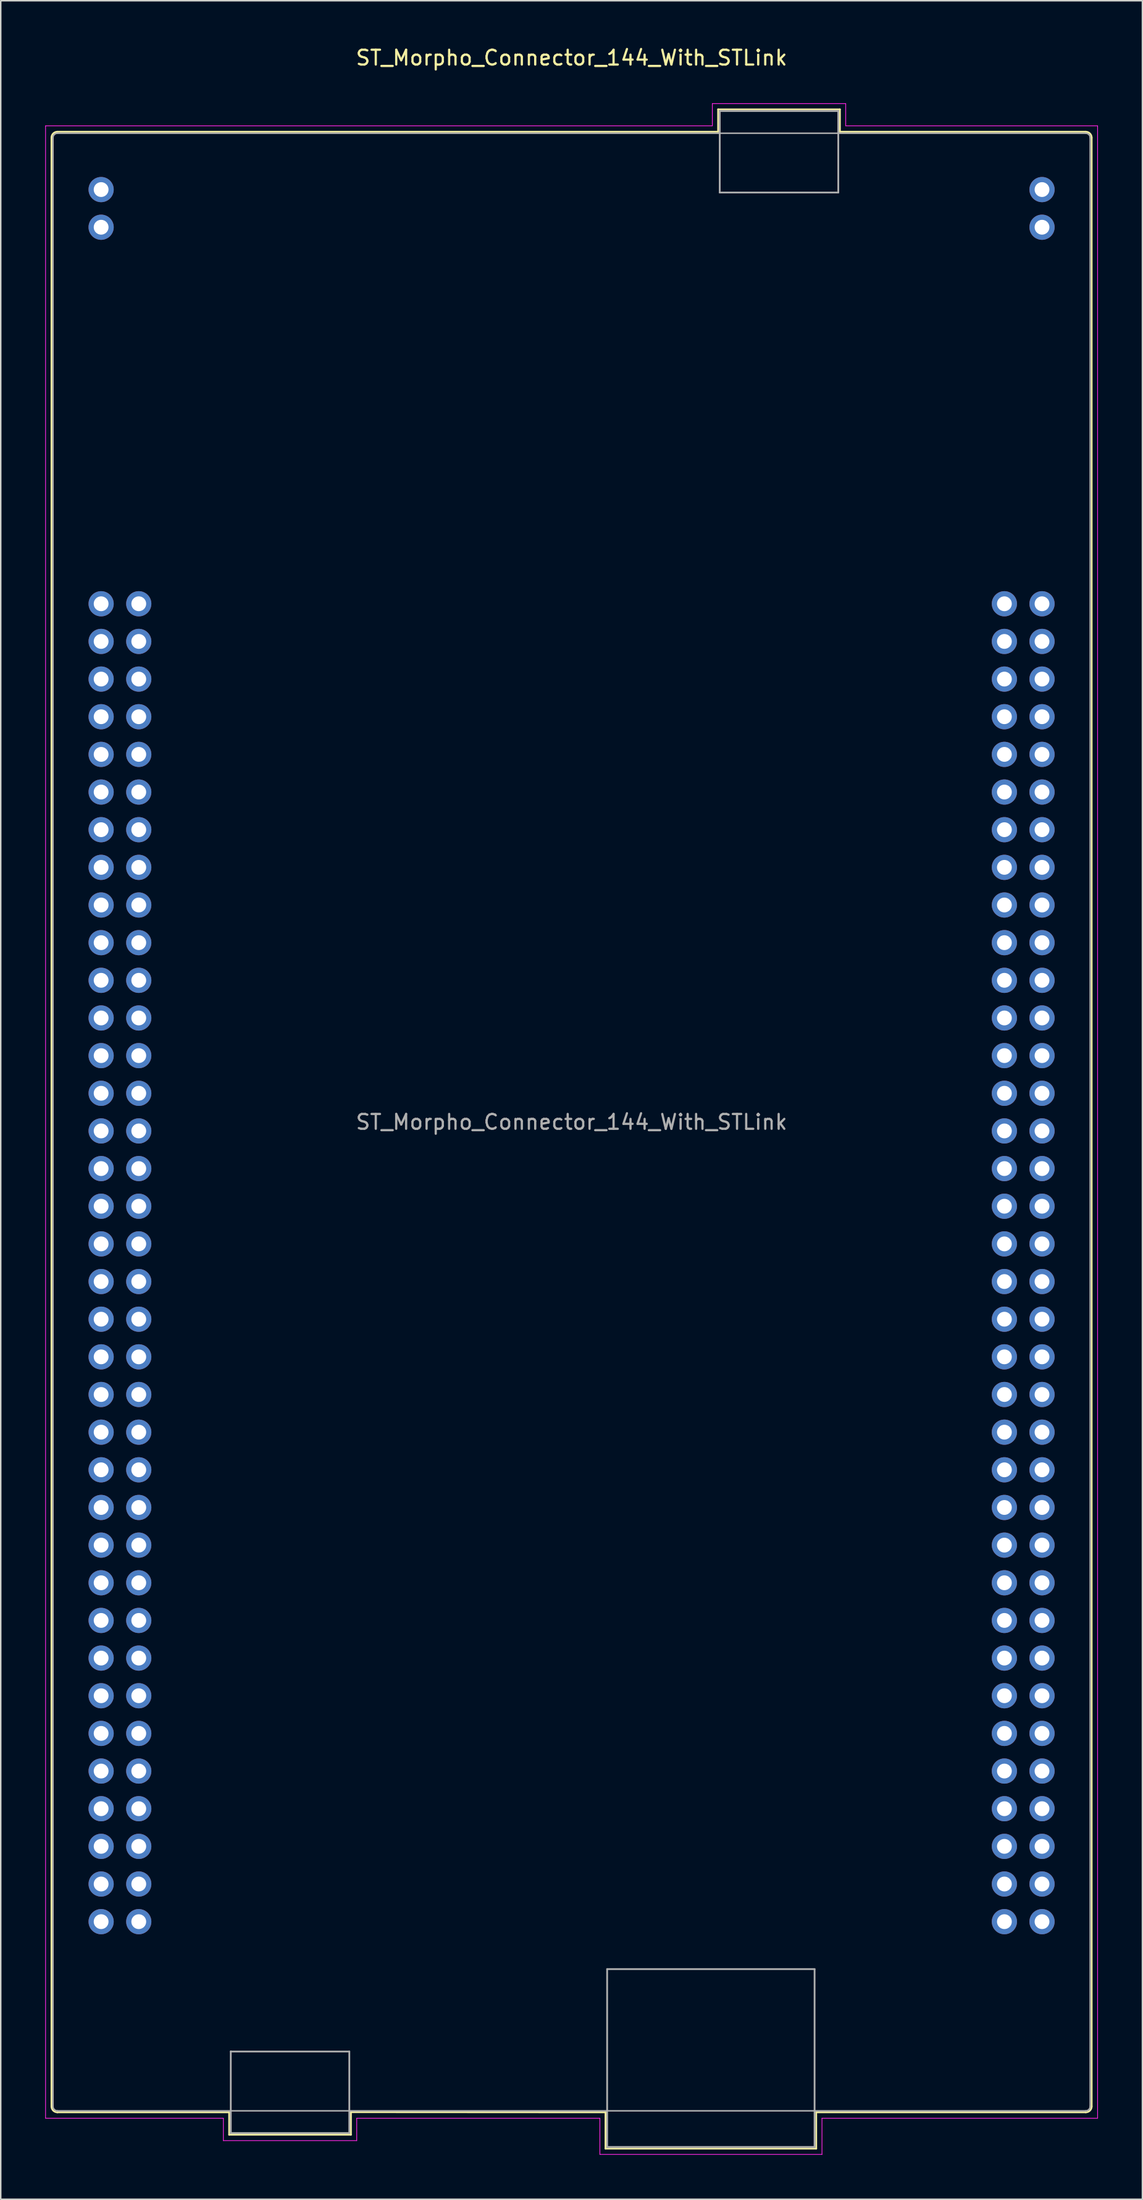
<source format=kicad_pcb>
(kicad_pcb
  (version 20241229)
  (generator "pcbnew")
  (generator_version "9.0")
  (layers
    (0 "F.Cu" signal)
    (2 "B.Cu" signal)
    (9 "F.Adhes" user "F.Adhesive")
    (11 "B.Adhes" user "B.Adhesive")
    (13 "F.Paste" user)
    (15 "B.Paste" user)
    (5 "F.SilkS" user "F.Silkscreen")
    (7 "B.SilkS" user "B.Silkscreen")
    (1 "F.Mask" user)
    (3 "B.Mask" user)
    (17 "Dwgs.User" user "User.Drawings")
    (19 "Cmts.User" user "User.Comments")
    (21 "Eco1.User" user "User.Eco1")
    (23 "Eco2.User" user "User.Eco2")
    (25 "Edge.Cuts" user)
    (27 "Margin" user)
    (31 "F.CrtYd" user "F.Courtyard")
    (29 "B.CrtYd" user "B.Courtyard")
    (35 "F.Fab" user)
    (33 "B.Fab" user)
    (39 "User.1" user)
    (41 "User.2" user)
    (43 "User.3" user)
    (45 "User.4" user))
  (footprint "ST_Morpho_Connector_144_With_STLink"
    (layer "F.Cu")
    (at 3.775 37.678)
    (property "Reference" "ST_Morpho_Connector_144_With_STLink" (at 31.75 -36.83 0) (layer "F.SilkS") (effects (font (size 1 1) (thickness 0.15))))
    (attr through_hole)
    (fp_line (start -3.35 -31.44) (end -3.35 101.36) (stroke (width 0.12) (type solid)) (layer "F.SilkS"))
    (fp_line (start 8.64 101.76) (end -2.95 101.76) (stroke (width 0.12) (type solid)) (layer "F.SilkS"))
    (fp_line (start 8.64 101.76) (end 8.64 103.27) (stroke (width 0.12) (type solid)) (layer "F.SilkS"))
    (fp_line (start 8.64 103.27) (end 16.86 103.27) (stroke (width 0.12) (type solid)) (layer "F.SilkS"))
    (fp_line (start 16.86 103.27) (end 16.86 101.75) (stroke (width 0.12) (type solid)) (layer "F.SilkS"))
    (fp_line (start 34.04 101.76) (end 16.86 101.75) (stroke (width 0.12) (type solid)) (layer "F.SilkS"))
    (fp_line (start 34.04 104.21) (end 34.04 101.76) (stroke (width 0.12) (type solid)) (layer "F.SilkS"))
    (fp_line (start 41.64 -33.35) (end 49.86 -33.35) (stroke (width 0.12) (type solid)) (layer "F.SilkS"))
    (fp_line (start 41.64 -31.84) (end -2.95 -31.84) (stroke (width 0.12) (type solid)) (layer "F.SilkS"))
    (fp_line (start 41.64 -31.84) (end 41.64 -33.35) (stroke (width 0.12) (type solid)) (layer "F.SilkS"))
    (fp_line (start 48.26 101.76) (end 48.26 104.21) (stroke (width 0.12) (type solid)) (layer "F.SilkS"))
    (fp_line (start 48.26 101.76) (end 66.45 101.76) (stroke (width 0.12) (type solid)) (layer "F.SilkS"))
    (fp_line (start 48.26 104.21) (end 34.04 104.21) (stroke (width 0.12) (type solid)) (layer "F.SilkS"))
    (fp_line (start 49.86 -33.35) (end 49.86 -31.84) (stroke (width 0.12) (type solid)) (layer "F.SilkS"))
    (fp_line (start 49.86 -31.84) (end 66.45 -31.84) (stroke (width 0.12) (type solid)) (layer "F.SilkS"))
    (fp_line (start 66.85 101.36) (end 66.85 -31.44) (stroke (width 0.12) (type solid)) (layer "F.SilkS"))
    (fp_arc (start -3.35 -31.44) (mid -3.232843 -31.722843) (end -2.95 -31.84) (stroke (width 0.12) (type solid)) (layer "F.SilkS"))
    (fp_arc (start -2.95 101.76) (mid -3.232843 101.642843) (end -3.35 101.36) (stroke (width 0.12) (type solid)) (layer "F.SilkS"))
    (fp_arc (start 66.45 -31.84) (mid 66.732843 -31.722843) (end 66.85 -31.44) (stroke (width 0.12) (type solid)) (layer "F.SilkS"))
    (fp_arc (start 66.85 101.36) (mid 66.732843 101.642843) (end 66.45 101.76) (stroke (width 0.12) (type solid)) (layer "F.SilkS"))
    (fp_line (start -3.75 -32.24) (end -3.75 102.16) (stroke (width 0.05) (type solid)) (layer "F.CrtYd"))
    (fp_line (start -3.75 102.16) (end 8.25 102.16) (stroke (width 0.05) (type solid)) (layer "F.CrtYd"))
    (fp_line (start 8.25 102.16) (end 8.25 103.67) (stroke (width 0.05) (type solid)) (layer "F.CrtYd"))
    (fp_line (start 8.25 103.67) (end 17.25 103.67) (stroke (width 0.05) (type solid)) (layer "F.CrtYd"))
    (fp_line (start 17.25 102.16) (end 17.25 103.67) (stroke (width 0.05) (type solid)) (layer "F.CrtYd"))
    (fp_line (start 17.25 102.16) (end 33.66 102.16) (stroke (width 0.05) (type solid)) (layer "F.CrtYd"))
    (fp_line (start 33.66 104.6) (end 33.66 102.16) (stroke (width 0.05) (type solid)) (layer "F.CrtYd"))
    (fp_line (start 33.66 104.6) (end 48.65 104.6) (stroke (width 0.05) (type solid)) (layer "F.CrtYd"))
    (fp_line (start 41.25 -33.74) (end 50.25 -33.74) (stroke (width 0.05) (type solid)) (layer "F.CrtYd"))
    (fp_line (start 41.25 -32.24) (end -3.75 -32.24) (stroke (width 0.05) (type solid)) (layer "F.CrtYd"))
    (fp_line (start 41.25 -32.24) (end 41.25 -33.74) (stroke (width 0.05) (type solid)) (layer "F.CrtYd"))
    (fp_line (start 48.65 102.16) (end 48.65 104.6) (stroke (width 0.05) (type solid)) (layer "F.CrtYd"))
    (fp_line (start 50.25 -32.24) (end 50.25 -33.74) (stroke (width 0.05) (type solid)) (layer "F.CrtYd"))
    (fp_line (start 50.25 -32.24) (end 67.25 -32.24) (stroke (width 0.05) (type solid)) (layer "F.CrtYd"))
    (fp_line (start 67.25 102.16) (end 48.65 102.16) (stroke (width 0.05) (type solid)) (layer "F.CrtYd"))
    (fp_line (start 67.25 102.16) (end 67.25 -32.24) (stroke (width 0.05) (type solid)) (layer "F.CrtYd"))
    (fp_line (start -3.25 101.36) (end -3.25 -31.44) (stroke (width 0.1) (type solid)) (layer "F.Fab"))
    (fp_line (start 8.75 97.66) (end 16.75 97.66) (stroke (width 0.12) (type solid)) (layer "F.Fab"))
    (fp_line (start 8.75 103.16) (end 8.75 97.65) (stroke (width 0.12) (type solid)) (layer "F.Fab"))
    (fp_line (start 8.75 103.16) (end 16.75 103.16) (stroke (width 0.12) (type solid)) (layer "F.Fab"))
    (fp_line (start 16.75 97.66) (end 16.75 103.16) (stroke (width 0.12) (type solid)) (layer "F.Fab"))
    (fp_line (start 34.15 92.1) (end 48.15 92.1) (stroke (width 0.12) (type solid)) (layer "F.Fab"))
    (fp_line (start 34.15 104.1) (end 34.15 92.1) (stroke (width 0.12) (type solid)) (layer "F.Fab"))
    (fp_line (start 34.15 104.1) (end 48.15 104.1) (stroke (width 0.12) (type solid)) (layer "F.Fab"))
    (fp_line (start 41.75 -33.24) (end 49.75 -33.24) (stroke (width 0.12) (type solid)) (layer "F.Fab"))
    (fp_line (start 41.75 -27.74) (end 41.75 -33.24) (stroke (width 0.12) (type solid)) (layer "F.Fab"))
    (fp_line (start 41.75 -27.74) (end 49.75 -27.74) (stroke (width 0.12) (type solid)) (layer "F.Fab"))
    (fp_line (start 48.15 104.1) (end 48.15 92.1) (stroke (width 0.12) (type solid)) (layer "F.Fab"))
    (fp_line (start 49.75 -33.24) (end 49.75 -27.74) (stroke (width 0.12) (type solid)) (layer "F.Fab"))
    (fp_line (start 66.45 -31.74) (end -2.95 -31.74) (stroke (width 0.1) (type solid)) (layer "F.Fab"))
    (fp_line (start 66.45 101.66) (end -2.95 101.66) (stroke (width 0.1) (type solid)) (layer "F.Fab"))
    (fp_line (start 66.75 101.36) (end 66.75 -31.44) (stroke (width 0.1) (type solid)) (layer "F.Fab"))
    (fp_arc (start -3.25 -31.44) (mid -3.162132 -31.652132) (end -2.95 -31.74) (stroke (width 0.1) (type solid)) (layer "F.Fab"))
    (fp_arc (start -2.95 101.66) (mid -3.162132 101.572132) (end -3.25 101.36) (stroke (width 0.1) (type solid)) (layer "F.Fab"))
    (fp_arc (start 66.45 -31.74) (mid 66.662132 -31.652132) (end 66.75 -31.44) (stroke (width 0.1) (type solid)) (layer "F.Fab"))
    (fp_arc (start 66.75 101.36) (mid 66.662132 101.572132) (end 66.45 101.66) (stroke (width 0.1) (type solid)) (layer "F.Fab"))
    (fp_text user "${REFERENCE}" (at 31.75 34.96 0) (layer "F.Fab") (effects (font (size 1 1) (thickness 0.15))))
    (pad "1" thru_hole circle (at 0 0) (size 1.7 1.7) (drill 1) (layers "*.Cu" "*.Mask"))
    (pad "2" thru_hole circle (at 2.54 0) (size 1.7 1.7) (drill 1) (layers "*.Cu" "*.Mask"))
    (pad "3" thru_hole circle (at 0 2.54) (size 1.7 1.7) (drill 1) (layers "*.Cu" "*.Mask"))
    (pad "4" thru_hole circle (at 2.54 2.54) (size 1.7 1.7) (drill 1) (layers "*.Cu" "*.Mask"))
    (pad "5" thru_hole circle (at 0 5.08) (size 1.7 1.7) (drill 1) (layers "*.Cu" "*.Mask"))
    (pad "6" thru_hole circle (at 2.54 5.08) (size 1.7 1.7) (drill 1) (layers "*.Cu" "*.Mask"))
    (pad "7" thru_hole circle (at 0 7.62) (size 1.7 1.7) (drill 1) (layers "*.Cu" "*.Mask"))
    (pad "8" thru_hole circle (at 2.54 7.62) (size 1.7 1.7) (drill 1) (layers "*.Cu" "*.Mask"))
    (pad "9" thru_hole circle (at 0 10.16) (size 1.7 1.7) (drill 1) (layers "*.Cu" "*.Mask"))
    (pad "10" thru_hole circle (at 2.54 10.16) (size 1.7 1.7) (drill 1) (layers "*.Cu" "*.Mask"))
    (pad "11" thru_hole circle (at 0 12.7) (size 1.7 1.7) (drill 1) (layers "*.Cu" "*.Mask"))
    (pad "12" thru_hole circle (at 2.54 12.7) (size 1.7 1.7) (drill 1) (layers "*.Cu" "*.Mask"))
    (pad "13" thru_hole circle (at 0 15.24) (size 1.7 1.7) (drill 1) (layers "*.Cu" "*.Mask"))
    (pad "14" thru_hole circle (at 2.54 15.24) (size 1.7 1.7) (drill 1) (layers "*.Cu" "*.Mask"))
    (pad "15" thru_hole circle (at 0 17.78) (size 1.7 1.7) (drill 1) (layers "*.Cu" "*.Mask"))
    (pad "16" thru_hole circle (at 2.54 17.78) (size 1.7 1.7) (drill 1) (layers "*.Cu" "*.Mask"))
    (pad "17" thru_hole circle (at 0 20.32) (size 1.7 1.7) (drill 1) (layers "*.Cu" "*.Mask"))
    (pad "18" thru_hole circle (at 2.54 20.32) (size 1.7 1.7) (drill 1) (layers "*.Cu" "*.Mask"))
    (pad "19" thru_hole circle (at 0 22.86) (size 1.7 1.7) (drill 1) (layers "*.Cu" "*.Mask"))
    (pad "20" thru_hole circle (at 2.54 22.86) (size 1.7 1.7) (drill 1) (layers "*.Cu" "*.Mask"))
    (pad "21" thru_hole circle (at 0 25.4) (size 1.7 1.7) (drill 1) (layers "*.Cu" "*.Mask"))
    (pad "22" thru_hole circle (at 2.54 25.4) (size 1.7 1.7) (drill 1) (layers "*.Cu" "*.Mask"))
    (pad "23" thru_hole circle (at 0 27.94) (size 1.7 1.7) (drill 1) (layers "*.Cu" "*.Mask"))
    (pad "24" thru_hole circle (at 2.54 27.94) (size 1.7 1.7) (drill 1) (layers "*.Cu" "*.Mask"))
    (pad "25" thru_hole circle (at 0 30.48) (size 1.7 1.7) (drill 1) (layers "*.Cu" "*.Mask"))
    (pad "26" thru_hole circle (at 2.54 30.48) (size 1.7 1.7) (drill 1) (layers "*.Cu" "*.Mask"))
    (pad "27" thru_hole circle (at 0 33.02) (size 1.7 1.7) (drill 1) (layers "*.Cu" "*.Mask"))
    (pad "28" thru_hole circle (at 2.54 33.02) (size 1.7 1.7) (drill 1) (layers "*.Cu" "*.Mask"))
    (pad "29" thru_hole circle (at 0 35.56) (size 1.7 1.7) (drill 1) (layers "*.Cu" "*.Mask"))
    (pad "30" thru_hole circle (at 2.54 35.56) (size 1.7 1.7) (drill 1) (layers "*.Cu" "*.Mask"))
    (pad "31" thru_hole circle (at 0 38.1) (size 1.7 1.7) (drill 1) (layers "*.Cu" "*.Mask"))
    (pad "32" thru_hole circle (at 2.54 38.1) (size 1.7 1.7) (drill 1) (layers "*.Cu" "*.Mask"))
    (pad "33" thru_hole circle (at 0 40.64) (size 1.7 1.7) (drill 1) (layers "*.Cu" "*.Mask"))
    (pad "34" thru_hole circle (at 2.54 40.64) (size 1.7 1.7) (drill 1) (layers "*.Cu" "*.Mask"))
    (pad "35" thru_hole circle (at 0 43.18) (size 1.7 1.7) (drill 1) (layers "*.Cu" "*.Mask"))
    (pad "36" thru_hole circle (at 2.54 43.18) (size 1.7 1.7) (drill 1) (layers "*.Cu" "*.Mask"))
    (pad "37" thru_hole circle (at 0 45.72) (size 1.7 1.7) (drill 1) (layers "*.Cu" "*.Mask"))
    (pad "38" thru_hole circle (at 2.54 45.72) (size 1.7 1.7) (drill 1) (layers "*.Cu" "*.Mask"))
    (pad "39" thru_hole circle (at 0 48.26) (size 1.7 1.7) (drill 1) (layers "*.Cu" "*.Mask"))
    (pad "40" thru_hole circle (at 2.54 48.26) (size 1.7 1.7) (drill 1) (layers "*.Cu" "*.Mask"))
    (pad "41" thru_hole circle (at 0 50.8) (size 1.7 1.7) (drill 1) (layers "*.Cu" "*.Mask"))
    (pad "42" thru_hole circle (at 2.54 50.8) (size 1.7 1.7) (drill 1) (layers "*.Cu" "*.Mask"))
    (pad "43" thru_hole circle (at 0 53.34) (size 1.7 1.7) (drill 1) (layers "*.Cu" "*.Mask"))
    (pad "44" thru_hole circle (at 2.54 53.34) (size 1.7 1.7) (drill 1) (layers "*.Cu" "*.Mask"))
    (pad "45" thru_hole circle (at 0 55.88) (size 1.7 1.7) (drill 1) (layers "*.Cu" "*.Mask"))
    (pad "46" thru_hole circle (at 2.54 55.88) (size 1.7 1.7) (drill 1) (layers "*.Cu" "*.Mask"))
    (pad "47" thru_hole circle (at 0 58.42) (size 1.7 1.7) (drill 1) (layers "*.Cu" "*.Mask"))
    (pad "48" thru_hole circle (at 2.54 58.42) (size 1.7 1.7) (drill 1) (layers "*.Cu" "*.Mask"))
    (pad "49" thru_hole circle (at 0 60.96) (size 1.7 1.7) (drill 1) (layers "*.Cu" "*.Mask"))
    (pad "50" thru_hole circle (at 2.54 60.96) (size 1.7 1.7) (drill 1) (layers "*.Cu" "*.Mask"))
    (pad "51" thru_hole circle (at 0 63.5) (size 1.7 1.7) (drill 1) (layers "*.Cu" "*.Mask"))
    (pad "52" thru_hole circle (at 2.54 63.5) (size 1.7 1.7) (drill 1) (layers "*.Cu" "*.Mask"))
    (pad "53" thru_hole circle (at 0 66.04) (size 1.7 1.7) (drill 1) (layers "*.Cu" "*.Mask"))
    (pad "54" thru_hole circle (at 2.54 66.04) (size 1.7 1.7) (drill 1) (layers "*.Cu" "*.Mask"))
    (pad "55" thru_hole circle (at 0 68.58) (size 1.7 1.7) (drill 1) (layers "*.Cu" "*.Mask"))
    (pad "56" thru_hole circle (at 2.54 68.58) (size 1.7 1.7) (drill 1) (layers "*.Cu" "*.Mask"))
    (pad "57" thru_hole circle (at 0 71.12) (size 1.7 1.7) (drill 1) (layers "*.Cu" "*.Mask"))
    (pad "58" thru_hole circle (at 2.54 71.12) (size 1.7 1.7) (drill 1) (layers "*.Cu" "*.Mask"))
    (pad "59" thru_hole circle (at 0 73.66) (size 1.7 1.7) (drill 1) (layers "*.Cu" "*.Mask"))
    (pad "60" thru_hole circle (at 2.54 73.66) (size 1.7 1.7) (drill 1) (layers "*.Cu" "*.Mask"))
    (pad "61" thru_hole circle (at 0 76.2) (size 1.7 1.7) (drill 1) (layers "*.Cu" "*.Mask"))
    (pad "62" thru_hole circle (at 2.54 76.2) (size 1.7 1.7) (drill 1) (layers "*.Cu" "*.Mask"))
    (pad "63" thru_hole circle (at 0 78.74) (size 1.7 1.7) (drill 1) (layers "*.Cu" "*.Mask"))
    (pad "64" thru_hole circle (at 2.54 78.74) (size 1.7 1.7) (drill 1) (layers "*.Cu" "*.Mask"))
    (pad "65" thru_hole circle (at 0 81.28) (size 1.7 1.7) (drill 1) (layers "*.Cu" "*.Mask"))
    (pad "66" thru_hole circle (at 2.54 81.28) (size 1.7 1.7) (drill 1) (layers "*.Cu" "*.Mask"))
    (pad "67" thru_hole circle (at 0 83.82) (size 1.7 1.7) (drill 1) (layers "*.Cu" "*.Mask"))
    (pad "68" thru_hole circle (at 2.54 83.82) (size 1.7 1.7) (drill 1) (layers "*.Cu" "*.Mask"))
    (pad "69" thru_hole circle (at 0 86.36) (size 1.7 1.7) (drill 1) (layers "*.Cu" "*.Mask"))
    (pad "70" thru_hole circle (at 2.54 86.36) (size 1.7 1.7) (drill 1) (layers "*.Cu" "*.Mask"))
    (pad "71" thru_hole circle (at 0 88.9) (size 1.7 1.7) (drill 1) (layers "*.Cu" "*.Mask"))
    (pad "72" thru_hole circle (at 2.54 88.9) (size 1.7 1.7) (drill 1) (layers "*.Cu" "*.Mask"))
    (pad "73" thru_hole circle (at 60.96 0) (size 1.7 1.7) (drill 1) (layers "*.Cu" "*.Mask"))
    (pad "74" thru_hole circle (at 63.5 0) (size 1.7 1.7) (drill 1) (layers "*.Cu" "*.Mask"))
    (pad "75" thru_hole circle (at 60.96 2.54) (size 1.7 1.7) (drill 1) (layers "*.Cu" "*.Mask"))
    (pad "76" thru_hole circle (at 63.5 2.54) (size 1.7 1.7) (drill 1) (layers "*.Cu" "*.Mask"))
    (pad "77" thru_hole circle (at 60.96 5.08) (size 1.7 1.7) (drill 1) (layers "*.Cu" "*.Mask"))
    (pad "78" thru_hole circle (at 63.5 5.08) (size 1.7 1.7) (drill 1) (layers "*.Cu" "*.Mask"))
    (pad "79" thru_hole circle (at 60.96 7.62) (size 1.7 1.7) (drill 1) (layers "*.Cu" "*.Mask"))
    (pad "80" thru_hole circle (at 63.5 7.62) (size 1.7 1.7) (drill 1) (layers "*.Cu" "*.Mask"))
    (pad "81" thru_hole circle (at 60.96 10.16) (size 1.7 1.7) (drill 1) (layers "*.Cu" "*.Mask"))
    (pad "82" thru_hole circle (at 63.5 10.16) (size 1.7 1.7) (drill 1) (layers "*.Cu" "*.Mask"))
    (pad "83" thru_hole circle (at 60.96 12.7) (size 1.7 1.7) (drill 1) (layers "*.Cu" "*.Mask"))
    (pad "84" thru_hole circle (at 63.5 12.7) (size 1.7 1.7) (drill 1) (layers "*.Cu" "*.Mask"))
    (pad "85" thru_hole circle (at 60.96 15.24) (size 1.7 1.7) (drill 1) (layers "*.Cu" "*.Mask"))
    (pad "86" thru_hole circle (at 63.5 15.24) (size 1.7 1.7) (drill 1) (layers "*.Cu" "*.Mask"))
    (pad "87" thru_hole circle (at 60.96 17.78) (size 1.7 1.7) (drill 1) (layers "*.Cu" "*.Mask"))
    (pad "88" thru_hole circle (at 63.5 17.78) (size 1.7 1.7) (drill 1) (layers "*.Cu" "*.Mask"))
    (pad "89" thru_hole circle (at 60.96 20.32) (size 1.7 1.7) (drill 1) (layers "*.Cu" "*.Mask"))
    (pad "90" thru_hole circle (at 63.5 20.32) (size 1.7 1.7) (drill 1) (layers "*.Cu" "*.Mask"))
    (pad "91" thru_hole circle (at 60.96 22.86) (size 1.7 1.7) (drill 1) (layers "*.Cu" "*.Mask"))
    (pad "92" thru_hole circle (at 63.5 22.86) (size 1.7 1.7) (drill 1) (layers "*.Cu" "*.Mask"))
    (pad "93" thru_hole circle (at 60.96 25.4) (size 1.7 1.7) (drill 1) (layers "*.Cu" "*.Mask"))
    (pad "94" thru_hole circle (at 63.5 25.4) (size 1.7 1.7) (drill 1) (layers "*.Cu" "*.Mask"))
    (pad "95" thru_hole circle (at 60.96 27.94) (size 1.7 1.7) (drill 1) (layers "*.Cu" "*.Mask"))
    (pad "96" thru_hole circle (at 63.5 27.94) (size 1.7 1.7) (drill 1) (layers "*.Cu" "*.Mask"))
    (pad "97" thru_hole circle (at 60.96 30.48) (size 1.7 1.7) (drill 1) (layers "*.Cu" "*.Mask"))
    (pad "98" thru_hole circle (at 63.5 30.48) (size 1.7 1.7) (drill 1) (layers "*.Cu" "*.Mask"))
    (pad "99" thru_hole circle (at 60.96 33.02) (size 1.7 1.7) (drill 1) (layers "*.Cu" "*.Mask"))
    (pad "100" thru_hole circle (at 63.5 33.02) (size 1.7 1.7) (drill 1) (layers "*.Cu" "*.Mask"))
    (pad "101" thru_hole circle (at 60.96 35.56) (size 1.7 1.7) (drill 1) (layers "*.Cu" "*.Mask"))
    (pad "102" thru_hole circle (at 63.5 35.56) (size 1.7 1.7) (drill 1) (layers "*.Cu" "*.Mask"))
    (pad "103" thru_hole circle (at 60.96 38.1) (size 1.7 1.7) (drill 1) (layers "*.Cu" "*.Mask"))
    (pad "104" thru_hole circle (at 63.5 38.1) (size 1.7 1.7) (drill 1) (layers "*.Cu" "*.Mask"))
    (pad "105" thru_hole circle (at 60.96 40.64) (size 1.7 1.7) (drill 1) (layers "*.Cu" "*.Mask"))
    (pad "106" thru_hole circle (at 63.5 40.64) (size 1.7 1.7) (drill 1) (layers "*.Cu" "*.Mask"))
    (pad "107" thru_hole circle (at 60.96 43.18) (size 1.7 1.7) (drill 1) (layers "*.Cu" "*.Mask"))
    (pad "108" thru_hole circle (at 63.5 43.18) (size 1.7 1.7) (drill 1) (layers "*.Cu" "*.Mask"))
    (pad "109" thru_hole circle (at 60.96 45.72) (size 1.7 1.7) (drill 1) (layers "*.Cu" "*.Mask"))
    (pad "110" thru_hole circle (at 63.5 45.72) (size 1.7 1.7) (drill 1) (layers "*.Cu" "*.Mask"))
    (pad "111" thru_hole circle (at 60.96 48.26) (size 1.7 1.7) (drill 1) (layers "*.Cu" "*.Mask"))
    (pad "112" thru_hole circle (at 63.5 48.26) (size 1.7 1.7) (drill 1) (layers "*.Cu" "*.Mask"))
    (pad "113" thru_hole circle (at 60.96 50.8) (size 1.7 1.7) (drill 1) (layers "*.Cu" "*.Mask"))
    (pad "114" thru_hole circle (at 63.5 50.8) (size 1.7 1.7) (drill 1) (layers "*.Cu" "*.Mask"))
    (pad "115" thru_hole circle (at 60.96 53.34) (size 1.7 1.7) (drill 1) (layers "*.Cu" "*.Mask"))
    (pad "116" thru_hole circle (at 63.5 53.34) (size 1.7 1.7) (drill 1) (layers "*.Cu" "*.Mask"))
    (pad "117" thru_hole circle (at 60.96 55.88) (size 1.7 1.7) (drill 1) (layers "*.Cu" "*.Mask"))
    (pad "118" thru_hole circle (at 63.5 55.88) (size 1.7 1.7) (drill 1) (layers "*.Cu" "*.Mask"))
    (pad "119" thru_hole circle (at 60.96 58.42) (size 1.7 1.7) (drill 1) (layers "*.Cu" "*.Mask"))
    (pad "120" thru_hole circle (at 63.5 58.42) (size 1.7 1.7) (drill 1) (layers "*.Cu" "*.Mask"))
    (pad "121" thru_hole circle (at 60.96 60.96) (size 1.7 1.7) (drill 1) (layers "*.Cu" "*.Mask"))
    (pad "122" thru_hole circle (at 63.5 60.96) (size 1.7 1.7) (drill 1) (layers "*.Cu" "*.Mask"))
    (pad "123" thru_hole circle (at 60.96 63.5) (size 1.7 1.7) (drill 1) (layers "*.Cu" "*.Mask"))
    (pad "124" thru_hole circle (at 63.5 63.5) (size 1.7 1.7) (drill 1) (layers "*.Cu" "*.Mask"))
    (pad "125" thru_hole circle (at 60.96 66.04) (size 1.7 1.7) (drill 1) (layers "*.Cu" "*.Mask"))
    (pad "126" thru_hole circle (at 63.5 66.04) (size 1.7 1.7) (drill 1) (layers "*.Cu" "*.Mask"))
    (pad "127" thru_hole circle (at 60.96 68.58) (size 1.7 1.7) (drill 1) (layers "*.Cu" "*.Mask"))
    (pad "128" thru_hole circle (at 63.5 68.58) (size 1.7 1.7) (drill 1) (layers "*.Cu" "*.Mask"))
    (pad "129" thru_hole circle (at 60.96 71.12) (size 1.7 1.7) (drill 1) (layers "*.Cu" "*.Mask"))
    (pad "130" thru_hole circle (at 63.5 71.12) (size 1.7 1.7) (drill 1) (layers "*.Cu" "*.Mask"))
    (pad "131" thru_hole circle (at 60.96 73.66) (size 1.7 1.7) (drill 1) (layers "*.Cu" "*.Mask"))
    (pad "132" thru_hole circle (at 63.5 73.66) (size 1.7 1.7) (drill 1) (layers "*.Cu" "*.Mask"))
    (pad "133" thru_hole circle (at 60.96 76.2) (size 1.7 1.7) (drill 1) (layers "*.Cu" "*.Mask"))
    (pad "134" thru_hole circle (at 63.5 76.2) (size 1.7 1.7) (drill 1) (layers "*.Cu" "*.Mask"))
    (pad "135" thru_hole circle (at 60.96 78.74) (size 1.7 1.7) (drill 1) (layers "*.Cu" "*.Mask"))
    (pad "136" thru_hole circle (at 63.5 78.74) (size 1.7 1.7) (drill 1) (layers "*.Cu" "*.Mask"))
    (pad "137" thru_hole circle (at 60.96 81.28) (size 1.7 1.7) (drill 1) (layers "*.Cu" "*.Mask"))
    (pad "138" thru_hole circle (at 63.5 81.28) (size 1.7 1.7) (drill 1) (layers "*.Cu" "*.Mask"))
    (pad "139" thru_hole circle (at 60.96 83.82) (size 1.7 1.7) (drill 1) (layers "*.Cu" "*.Mask"))
    (pad "140" thru_hole circle (at 63.5 83.82) (size 1.7 1.7) (drill 1) (layers "*.Cu" "*.Mask"))
    (pad "141" thru_hole circle (at 60.96 86.36) (size 1.7 1.7) (drill 1) (layers "*.Cu" "*.Mask"))
    (pad "142" thru_hole circle (at 63.5 86.36) (size 1.7 1.7) (drill 1) (layers "*.Cu" "*.Mask"))
    (pad "143" thru_hole circle (at 60.96 88.9) (size 1.7 1.7) (drill 1) (layers "*.Cu" "*.Mask"))
    (pad "144" thru_hole circle (at 63.5 88.9) (size 1.7 1.7) (drill 1) (layers "*.Cu" "*.Mask"))
    (pad "145" thru_hole circle (at 0 -27.94) (size 1.7 1.7) (drill 1) (layers "*.Cu" "*.Mask"))
    (pad "146" thru_hole circle (at 0 -25.4) (size 1.7 1.7) (drill 1) (layers "*.Cu" "*.Mask"))
    (pad "147" thru_hole circle (at 63.5 -27.94) (size 1.7 1.7) (drill 1) (layers "*.Cu" "*.Mask"))
    (pad "148" thru_hole circle (at 63.5 -25.4) (size 1.7 1.7) (drill 1) (layers "*.Cu" "*.Mask")))
  (gr_rect
    (start -3 -3)
    (end 74.05 145.303)
    (stroke (width 0.1) (type default))
    (fill no)
    (layer "Edge.Cuts")))
</source>
